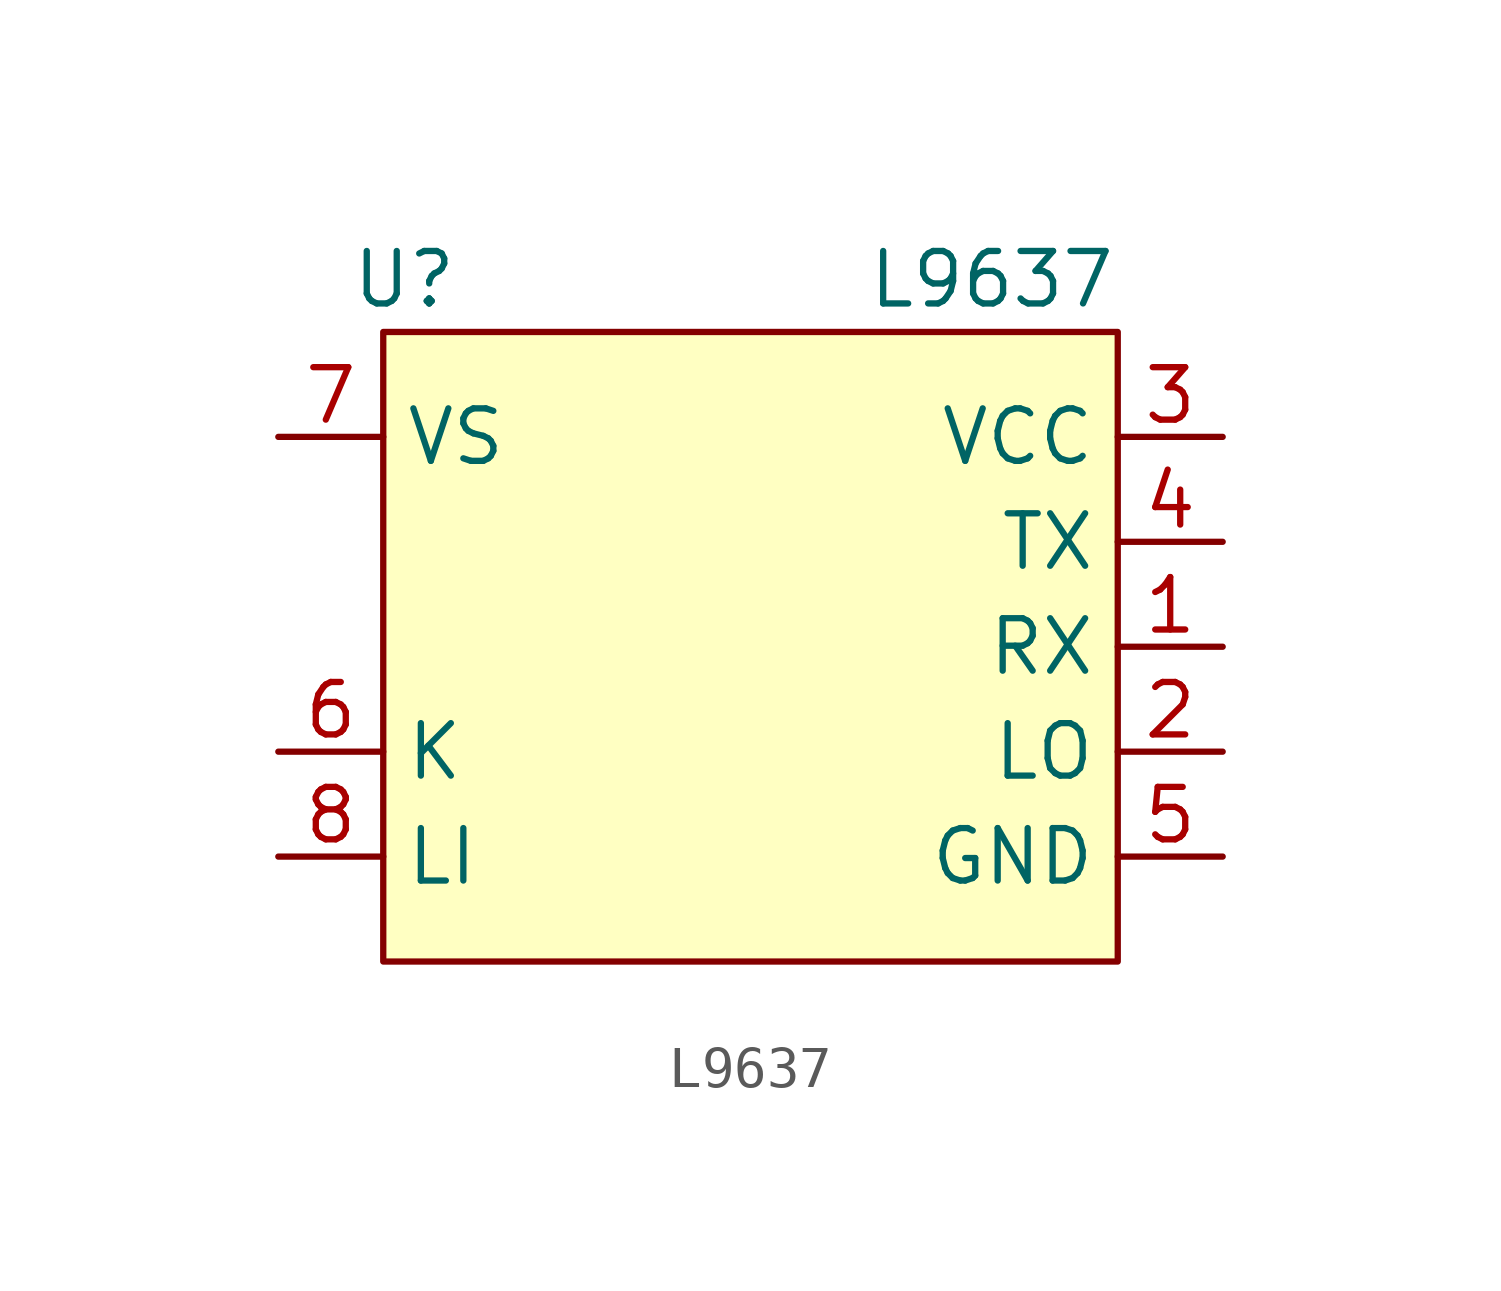
<source format=kicad_sym>
(kicad_symbol_lib
  (version 20241209)
  (generator "kicad_symbol_editor")
  (generator_version "9.0")
  (symbol "L9637"
    (property "Reference" "U"
      (at -8.382 8.89 0)
      (effects (font (size 1.27 1.27))))
    (property "Value" "L9637"
      (at 5.842 8.89 0)
      (effects (font (size 1.27 1.27))))
    (symbol "L9637_1_1"
      (rectangle (start -8.89 7.62) (end 8.89 -7.62) (stroke (width 0) (type solid)) (fill (type background)))
      (pin power_in line (at -11.43 5.08 0) (length 2.54) (name "VS" (effects (font (size 1.27 1.27)))) (number "7" (effects (font (size 1.27 1.27)))))
      (pin bidirectional line (at -11.43 -2.54 0) (length 2.54) (name "K" (effects (font (size 1.27 1.27)))) (number "6" (effects (font (size 1.27 1.27)))))
      (pin input line (at -11.43 -5.08 0) (length 2.54) (name "LI" (effects (font (size 1.27 1.27)))) (number "8" (effects (font (size 1.27 1.27)))))
      (pin power_in line (at 11.43 5.08 180) (length 2.54) (name "VCC" (effects (font (size 1.27 1.27)))) (number "3" (effects (font (size 1.27 1.27)))))
      (pin output line (at 11.43 2.54 180) (length 2.54) (name "TX" (effects (font (size 1.27 1.27)))) (number "4" (effects (font (size 1.27 1.27)))))
      (pin input line (at 11.43 0 180) (length 2.54) (name "RX" (effects (font (size 1.27 1.27)))) (number "1" (effects (font (size 1.27 1.27)))))
      (pin output line (at 11.43 -2.54 180) (length 2.54) (name "LO" (effects (font (size 1.27 1.27)))) (number "2" (effects (font (size 1.27 1.27)))))
      (pin power_in line (at 11.43 -5.08 180) (length 2.54) (name "GND" (effects (font (size 1.27 1.27)))) (number "5" (effects (font (size 1.27 1.27))))))))
</source>
